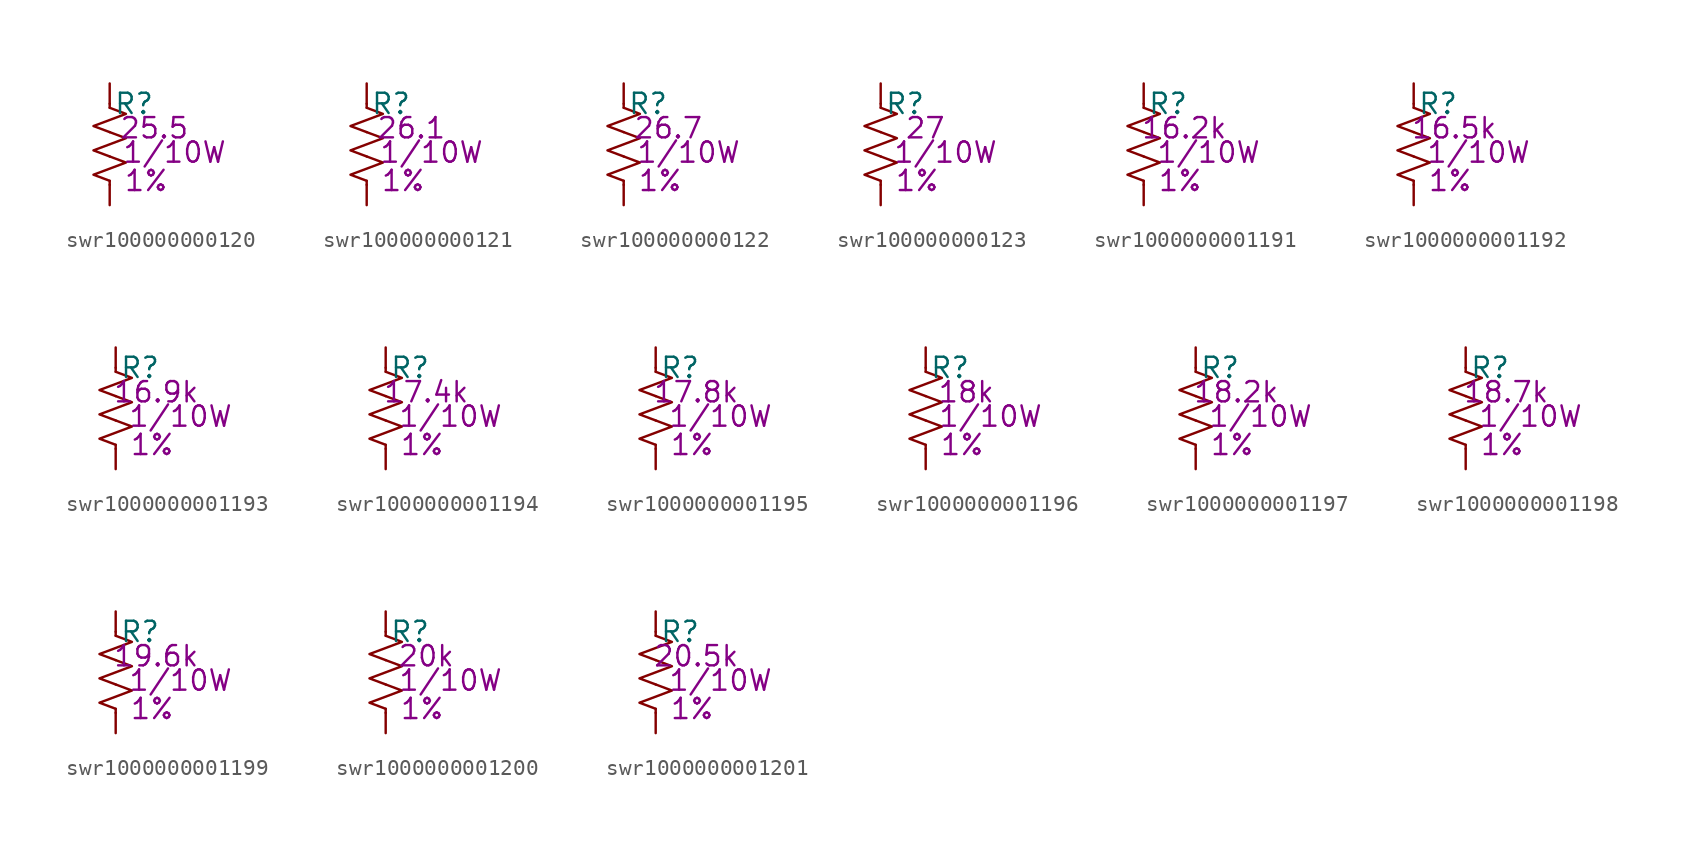
<source format=kicad_sym>
(kicad_symbol_lib
  (version 20211014)
  (generator kicad_symbol_editor)
  (symbol "swr100000000120"
    (pin_numbers hide)
    (pin_names
      (offset 1.016))
    (property "Reference" "R"
      (at 1.524 2.54 0)
      (effects (font (size 1.27 1.27))))
    (property "Tolerance" "1%"
      (at 2.286 -2.286 0)
      (effects (font (size 1.27 1.27))))
    (property "Wattage" "1/10W"
      (at 4.064 -0.508 0)
      (effects (font (size 1.27 1.27))))
    (property "PartValue" "25.5"
      (at 2.794 1.016 0)
      (effects (font (size 1.27 1.27))))
    (symbol "swr100000000120_1_1"
      (polyline (pts (xy 0 -2.286) (xy 0 -2.54)) (stroke (width 0) (type default) (color 0 0 0 0)) (fill (type none)))
      (polyline (pts (xy 0 2.286) (xy 0 2.54)) (stroke (width 0) (type default) (color 0 0 0 0)) (fill (type none)))
      (polyline (pts (xy 0 -0.762) (xy 1.016 -1.143) (xy 0 -1.524) (xy -1.016 -1.905) (xy 0 -2.286)) (stroke (width 0) (type default) (color 0 0 0 0)) (fill (type none)))
      (polyline (pts (xy 0 0.762) (xy 1.016 0.381) (xy 0 0) (xy -1.016 -0.381) (xy 0 -0.762)) (stroke (width 0) (type default) (color 0 0 0 0)) (fill (type none)))
      (polyline (pts (xy 0 2.286) (xy 1.016 1.905) (xy 0 1.524) (xy -1.016 1.143) (xy 0 0.762)) (stroke (width 0) (type default) (color 0 0 0 0)) (fill (type none)))
      (pin passive line (at 0 3.81 270) (length 1.27) (name "~" (effects (font (size 1.27 1.27)))) (number "1" (effects (font (size 1.27 1.27)))))
      (pin passive line (at 0 -3.81 90) (length 1.27) (name "~" (effects (font (size 1.27 1.27)))) (number "2" (effects (font (size 1.27 1.27)))))))
  (symbol "swr100000000121"
    (pin_numbers hide)
    (pin_names
      (offset 1.016))
    (property "Reference" "R"
      (at 1.524 2.54 0)
      (effects (font (size 1.27 1.27))))
    (property "Tolerance" "1%"
      (at 2.286 -2.286 0)
      (effects (font (size 1.27 1.27))))
    (property "Wattage" "1/10W"
      (at 4.064 -0.508 0)
      (effects (font (size 1.27 1.27))))
    (property "PartValue" "26.1"
      (at 2.794 1.016 0)
      (effects (font (size 1.27 1.27))))
    (symbol "swr100000000121_1_1"
      (polyline (pts (xy 0 -2.286) (xy 0 -2.54)) (stroke (width 0) (type default) (color 0 0 0 0)) (fill (type none)))
      (polyline (pts (xy 0 2.286) (xy 0 2.54)) (stroke (width 0) (type default) (color 0 0 0 0)) (fill (type none)))
      (polyline (pts (xy 0 -0.762) (xy 1.016 -1.143) (xy 0 -1.524) (xy -1.016 -1.905) (xy 0 -2.286)) (stroke (width 0) (type default) (color 0 0 0 0)) (fill (type none)))
      (polyline (pts (xy 0 0.762) (xy 1.016 0.381) (xy 0 0) (xy -1.016 -0.381) (xy 0 -0.762)) (stroke (width 0) (type default) (color 0 0 0 0)) (fill (type none)))
      (polyline (pts (xy 0 2.286) (xy 1.016 1.905) (xy 0 1.524) (xy -1.016 1.143) (xy 0 0.762)) (stroke (width 0) (type default) (color 0 0 0 0)) (fill (type none)))
      (pin passive line (at 0 3.81 270) (length 1.27) (name "~" (effects (font (size 1.27 1.27)))) (number "1" (effects (font (size 1.27 1.27)))))
      (pin passive line (at 0 -3.81 90) (length 1.27) (name "~" (effects (font (size 1.27 1.27)))) (number "2" (effects (font (size 1.27 1.27)))))))
  (symbol "swr100000000122"
    (pin_numbers hide)
    (pin_names
      (offset 1.016))
    (property "Reference" "R"
      (at 1.524 2.54 0)
      (effects (font (size 1.27 1.27))))
    (property "Tolerance" "1%"
      (at 2.286 -2.286 0)
      (effects (font (size 1.27 1.27))))
    (property "Wattage" "1/10W"
      (at 4.064 -0.508 0)
      (effects (font (size 1.27 1.27))))
    (property "PartValue" "26.7"
      (at 2.794 1.016 0)
      (effects (font (size 1.27 1.27))))
    (symbol "swr100000000122_1_1"
      (polyline (pts (xy 0 -2.286) (xy 0 -2.54)) (stroke (width 0) (type default) (color 0 0 0 0)) (fill (type none)))
      (polyline (pts (xy 0 2.286) (xy 0 2.54)) (stroke (width 0) (type default) (color 0 0 0 0)) (fill (type none)))
      (polyline (pts (xy 0 -0.762) (xy 1.016 -1.143) (xy 0 -1.524) (xy -1.016 -1.905) (xy 0 -2.286)) (stroke (width 0) (type default) (color 0 0 0 0)) (fill (type none)))
      (polyline (pts (xy 0 0.762) (xy 1.016 0.381) (xy 0 0) (xy -1.016 -0.381) (xy 0 -0.762)) (stroke (width 0) (type default) (color 0 0 0 0)) (fill (type none)))
      (polyline (pts (xy 0 2.286) (xy 1.016 1.905) (xy 0 1.524) (xy -1.016 1.143) (xy 0 0.762)) (stroke (width 0) (type default) (color 0 0 0 0)) (fill (type none)))
      (pin passive line (at 0 3.81 270) (length 1.27) (name "~" (effects (font (size 1.27 1.27)))) (number "1" (effects (font (size 1.27 1.27)))))
      (pin passive line (at 0 -3.81 90) (length 1.27) (name "~" (effects (font (size 1.27 1.27)))) (number "2" (effects (font (size 1.27 1.27)))))))
  (symbol "swr100000000123"
    (pin_numbers hide)
    (pin_names
      (offset 1.016))
    (property "Reference" "R"
      (at 1.524 2.54 0)
      (effects (font (size 1.27 1.27))))
    (property "Tolerance" "1%"
      (at 2.286 -2.286 0)
      (effects (font (size 1.27 1.27))))
    (property "Wattage" "1/10W"
      (at 4.064 -0.508 0)
      (effects (font (size 1.27 1.27))))
    (property "PartValue" "27"
      (at 2.794 1.016 0)
      (effects (font (size 1.27 1.27))))
    (symbol "swr100000000123_1_1"
      (polyline (pts (xy 0 -2.286) (xy 0 -2.54)) (stroke (width 0) (type default) (color 0 0 0 0)) (fill (type none)))
      (polyline (pts (xy 0 2.286) (xy 0 2.54)) (stroke (width 0) (type default) (color 0 0 0 0)) (fill (type none)))
      (polyline (pts (xy 0 -0.762) (xy 1.016 -1.143) (xy 0 -1.524) (xy -1.016 -1.905) (xy 0 -2.286)) (stroke (width 0) (type default) (color 0 0 0 0)) (fill (type none)))
      (polyline (pts (xy 0 0.762) (xy 1.016 0.381) (xy 0 0) (xy -1.016 -0.381) (xy 0 -0.762)) (stroke (width 0) (type default) (color 0 0 0 0)) (fill (type none)))
      (polyline (pts (xy 0 2.286) (xy 1.016 1.905) (xy 0 1.524) (xy -1.016 1.143) (xy 0 0.762)) (stroke (width 0) (type default) (color 0 0 0 0)) (fill (type none)))
      (pin passive line (at 0 3.81 270) (length 1.27) (name "~" (effects (font (size 1.27 1.27)))) (number "1" (effects (font (size 1.27 1.27)))))
      (pin passive line (at 0 -3.81 90) (length 1.27) (name "~" (effects (font (size 1.27 1.27)))) (number "2" (effects (font (size 1.27 1.27)))))))
  (symbol "swr1000000001191"
    (pin_numbers hide)
    (pin_names
      (offset 1.016))
    (property "Reference" "R"
      (at 1.524 2.54 0)
      (effects (font (size 1.27 1.27))))
    (property "PartValue" "16.2k"
      (at 2.54 1.016 0)
      (effects (font (size 1.27 1.27))))
    (property "Tolerance" "1%"
      (at 2.286 -2.286 0)
      (effects (font (size 1.27 1.27))))
    (property "Wattage" "1/10W"
      (at 4.064 -0.508 0)
      (effects (font (size 1.27 1.27))))
    (symbol "swr1000000001191_1_1"
      (polyline (pts (xy 0 -2.286) (xy 0 -2.54)) (stroke (width 0) (type default) (color 0 0 0 0)) (fill (type none)))
      (polyline (pts (xy 0 2.286) (xy 0 2.54)) (stroke (width 0) (type default) (color 0 0 0 0)) (fill (type none)))
      (polyline (pts (xy 0 -0.762) (xy 1.016 -1.143) (xy 0 -1.524) (xy -1.016 -1.905) (xy 0 -2.286)) (stroke (width 0) (type default) (color 0 0 0 0)) (fill (type none)))
      (polyline (pts (xy 0 0.762) (xy 1.016 0.381) (xy 0 0) (xy -1.016 -0.381) (xy 0 -0.762)) (stroke (width 0) (type default) (color 0 0 0 0)) (fill (type none)))
      (polyline (pts (xy 0 2.286) (xy 1.016 1.905) (xy 0 1.524) (xy -1.016 1.143) (xy 0 0.762)) (stroke (width 0) (type default) (color 0 0 0 0)) (fill (type none)))
      (pin passive line (at 0 3.81 270) (length 1.27) (name "~" (effects (font (size 1.27 1.27)))) (number "1" (effects (font (size 1.27 1.27)))))
      (pin passive line (at 0 -3.81 90) (length 1.27) (name "~" (effects (font (size 1.27 1.27)))) (number "2" (effects (font (size 1.27 1.27)))))))
  (symbol "swr1000000001192"
    (pin_numbers hide)
    (pin_names
      (offset 1.016))
    (property "Reference" "R"
      (at 1.524 2.54 0)
      (effects (font (size 1.27 1.27))))
    (property "PartValue" "16.5k"
      (at 2.54 1.016 0)
      (effects (font (size 1.27 1.27))))
    (property "Tolerance" "1%"
      (at 2.286 -2.286 0)
      (effects (font (size 1.27 1.27))))
    (property "Wattage" "1/10W"
      (at 4.064 -0.508 0)
      (effects (font (size 1.27 1.27))))
    (symbol "swr1000000001192_1_1"
      (polyline (pts (xy 0 -2.286) (xy 0 -2.54)) (stroke (width 0) (type default) (color 0 0 0 0)) (fill (type none)))
      (polyline (pts (xy 0 2.286) (xy 0 2.54)) (stroke (width 0) (type default) (color 0 0 0 0)) (fill (type none)))
      (polyline (pts (xy 0 -0.762) (xy 1.016 -1.143) (xy 0 -1.524) (xy -1.016 -1.905) (xy 0 -2.286)) (stroke (width 0) (type default) (color 0 0 0 0)) (fill (type none)))
      (polyline (pts (xy 0 0.762) (xy 1.016 0.381) (xy 0 0) (xy -1.016 -0.381) (xy 0 -0.762)) (stroke (width 0) (type default) (color 0 0 0 0)) (fill (type none)))
      (polyline (pts (xy 0 2.286) (xy 1.016 1.905) (xy 0 1.524) (xy -1.016 1.143) (xy 0 0.762)) (stroke (width 0) (type default) (color 0 0 0 0)) (fill (type none)))
      (pin passive line (at 0 3.81 270) (length 1.27) (name "~" (effects (font (size 1.27 1.27)))) (number "1" (effects (font (size 1.27 1.27)))))
      (pin passive line (at 0 -3.81 90) (length 1.27) (name "~" (effects (font (size 1.27 1.27)))) (number "2" (effects (font (size 1.27 1.27)))))))
  (symbol "swr1000000001193"
    (pin_numbers hide)
    (pin_names
      (offset 1.016))
    (property "Reference" "R"
      (at 1.524 2.54 0)
      (effects (font (size 1.27 1.27))))
    (property "PartValue" "16.9k"
      (at 2.54 1.016 0)
      (effects (font (size 1.27 1.27))))
    (property "Tolerance" "1%"
      (at 2.286 -2.286 0)
      (effects (font (size 1.27 1.27))))
    (property "Wattage" "1/10W"
      (at 4.064 -0.508 0)
      (effects (font (size 1.27 1.27))))
    (symbol "swr1000000001193_1_1"
      (polyline (pts (xy 0 -2.286) (xy 0 -2.54)) (stroke (width 0) (type default) (color 0 0 0 0)) (fill (type none)))
      (polyline (pts (xy 0 2.286) (xy 0 2.54)) (stroke (width 0) (type default) (color 0 0 0 0)) (fill (type none)))
      (polyline (pts (xy 0 -0.762) (xy 1.016 -1.143) (xy 0 -1.524) (xy -1.016 -1.905) (xy 0 -2.286)) (stroke (width 0) (type default) (color 0 0 0 0)) (fill (type none)))
      (polyline (pts (xy 0 0.762) (xy 1.016 0.381) (xy 0 0) (xy -1.016 -0.381) (xy 0 -0.762)) (stroke (width 0) (type default) (color 0 0 0 0)) (fill (type none)))
      (polyline (pts (xy 0 2.286) (xy 1.016 1.905) (xy 0 1.524) (xy -1.016 1.143) (xy 0 0.762)) (stroke (width 0) (type default) (color 0 0 0 0)) (fill (type none)))
      (pin passive line (at 0 3.81 270) (length 1.27) (name "~" (effects (font (size 1.27 1.27)))) (number "1" (effects (font (size 1.27 1.27)))))
      (pin passive line (at 0 -3.81 90) (length 1.27) (name "~" (effects (font (size 1.27 1.27)))) (number "2" (effects (font (size 1.27 1.27)))))))
  (symbol "swr1000000001194"
    (pin_numbers hide)
    (pin_names
      (offset 1.016))
    (property "Reference" "R"
      (at 1.524 2.54 0)
      (effects (font (size 1.27 1.27))))
    (property "PartValue" "17.4k"
      (at 2.54 1.016 0)
      (effects (font (size 1.27 1.27))))
    (property "Tolerance" "1%"
      (at 2.286 -2.286 0)
      (effects (font (size 1.27 1.27))))
    (property "Wattage" "1/10W"
      (at 4.064 -0.508 0)
      (effects (font (size 1.27 1.27))))
    (symbol "swr1000000001194_1_1"
      (polyline (pts (xy 0 -2.286) (xy 0 -2.54)) (stroke (width 0) (type default) (color 0 0 0 0)) (fill (type none)))
      (polyline (pts (xy 0 2.286) (xy 0 2.54)) (stroke (width 0) (type default) (color 0 0 0 0)) (fill (type none)))
      (polyline (pts (xy 0 -0.762) (xy 1.016 -1.143) (xy 0 -1.524) (xy -1.016 -1.905) (xy 0 -2.286)) (stroke (width 0) (type default) (color 0 0 0 0)) (fill (type none)))
      (polyline (pts (xy 0 0.762) (xy 1.016 0.381) (xy 0 0) (xy -1.016 -0.381) (xy 0 -0.762)) (stroke (width 0) (type default) (color 0 0 0 0)) (fill (type none)))
      (polyline (pts (xy 0 2.286) (xy 1.016 1.905) (xy 0 1.524) (xy -1.016 1.143) (xy 0 0.762)) (stroke (width 0) (type default) (color 0 0 0 0)) (fill (type none)))
      (pin passive line (at 0 3.81 270) (length 1.27) (name "~" (effects (font (size 1.27 1.27)))) (number "1" (effects (font (size 1.27 1.27)))))
      (pin passive line (at 0 -3.81 90) (length 1.27) (name "~" (effects (font (size 1.27 1.27)))) (number "2" (effects (font (size 1.27 1.27)))))))
  (symbol "swr1000000001195"
    (pin_numbers hide)
    (pin_names
      (offset 1.016))
    (property "Reference" "R"
      (at 1.524 2.54 0)
      (effects (font (size 1.27 1.27))))
    (property "PartValue" "17.8k"
      (at 2.54 1.016 0)
      (effects (font (size 1.27 1.27))))
    (property "Tolerance" "1%"
      (at 2.286 -2.286 0)
      (effects (font (size 1.27 1.27))))
    (property "Wattage" "1/10W"
      (at 4.064 -0.508 0)
      (effects (font (size 1.27 1.27))))
    (symbol "swr1000000001195_1_1"
      (polyline (pts (xy 0 -2.286) (xy 0 -2.54)) (stroke (width 0) (type default) (color 0 0 0 0)) (fill (type none)))
      (polyline (pts (xy 0 2.286) (xy 0 2.54)) (stroke (width 0) (type default) (color 0 0 0 0)) (fill (type none)))
      (polyline (pts (xy 0 -0.762) (xy 1.016 -1.143) (xy 0 -1.524) (xy -1.016 -1.905) (xy 0 -2.286)) (stroke (width 0) (type default) (color 0 0 0 0)) (fill (type none)))
      (polyline (pts (xy 0 0.762) (xy 1.016 0.381) (xy 0 0) (xy -1.016 -0.381) (xy 0 -0.762)) (stroke (width 0) (type default) (color 0 0 0 0)) (fill (type none)))
      (polyline (pts (xy 0 2.286) (xy 1.016 1.905) (xy 0 1.524) (xy -1.016 1.143) (xy 0 0.762)) (stroke (width 0) (type default) (color 0 0 0 0)) (fill (type none)))
      (pin passive line (at 0 3.81 270) (length 1.27) (name "~" (effects (font (size 1.27 1.27)))) (number "1" (effects (font (size 1.27 1.27)))))
      (pin passive line (at 0 -3.81 90) (length 1.27) (name "~" (effects (font (size 1.27 1.27)))) (number "2" (effects (font (size 1.27 1.27)))))))
  (symbol "swr1000000001196"
    (pin_numbers hide)
    (pin_names
      (offset 1.016))
    (property "Reference" "R"
      (at 1.524 2.54 0)
      (effects (font (size 1.27 1.27))))
    (property "PartValue" "18k"
      (at 2.54 1.016 0)
      (effects (font (size 1.27 1.27))))
    (property "Tolerance" "1%"
      (at 2.286 -2.286 0)
      (effects (font (size 1.27 1.27))))
    (property "Wattage" "1/10W"
      (at 4.064 -0.508 0)
      (effects (font (size 1.27 1.27))))
    (symbol "swr1000000001196_1_1"
      (polyline (pts (xy 0 -2.286) (xy 0 -2.54)) (stroke (width 0) (type default) (color 0 0 0 0)) (fill (type none)))
      (polyline (pts (xy 0 2.286) (xy 0 2.54)) (stroke (width 0) (type default) (color 0 0 0 0)) (fill (type none)))
      (polyline (pts (xy 0 -0.762) (xy 1.016 -1.143) (xy 0 -1.524) (xy -1.016 -1.905) (xy 0 -2.286)) (stroke (width 0) (type default) (color 0 0 0 0)) (fill (type none)))
      (polyline (pts (xy 0 0.762) (xy 1.016 0.381) (xy 0 0) (xy -1.016 -0.381) (xy 0 -0.762)) (stroke (width 0) (type default) (color 0 0 0 0)) (fill (type none)))
      (polyline (pts (xy 0 2.286) (xy 1.016 1.905) (xy 0 1.524) (xy -1.016 1.143) (xy 0 0.762)) (stroke (width 0) (type default) (color 0 0 0 0)) (fill (type none)))
      (pin passive line (at 0 3.81 270) (length 1.27) (name "~" (effects (font (size 1.27 1.27)))) (number "1" (effects (font (size 1.27 1.27)))))
      (pin passive line (at 0 -3.81 90) (length 1.27) (name "~" (effects (font (size 1.27 1.27)))) (number "2" (effects (font (size 1.27 1.27)))))))
  (symbol "swr1000000001197"
    (pin_numbers hide)
    (pin_names
      (offset 1.016))
    (property "Reference" "R"
      (at 1.524 2.54 0)
      (effects (font (size 1.27 1.27))))
    (property "PartValue" "18.2k"
      (at 2.54 1.016 0)
      (effects (font (size 1.27 1.27))))
    (property "Tolerance" "1%"
      (at 2.286 -2.286 0)
      (effects (font (size 1.27 1.27))))
    (property "Wattage" "1/10W"
      (at 4.064 -0.508 0)
      (effects (font (size 1.27 1.27))))
    (symbol "swr1000000001197_1_1"
      (polyline (pts (xy 0 -2.286) (xy 0 -2.54)) (stroke (width 0) (type default) (color 0 0 0 0)) (fill (type none)))
      (polyline (pts (xy 0 2.286) (xy 0 2.54)) (stroke (width 0) (type default) (color 0 0 0 0)) (fill (type none)))
      (polyline (pts (xy 0 -0.762) (xy 1.016 -1.143) (xy 0 -1.524) (xy -1.016 -1.905) (xy 0 -2.286)) (stroke (width 0) (type default) (color 0 0 0 0)) (fill (type none)))
      (polyline (pts (xy 0 0.762) (xy 1.016 0.381) (xy 0 0) (xy -1.016 -0.381) (xy 0 -0.762)) (stroke (width 0) (type default) (color 0 0 0 0)) (fill (type none)))
      (polyline (pts (xy 0 2.286) (xy 1.016 1.905) (xy 0 1.524) (xy -1.016 1.143) (xy 0 0.762)) (stroke (width 0) (type default) (color 0 0 0 0)) (fill (type none)))
      (pin passive line (at 0 3.81 270) (length 1.27) (name "~" (effects (font (size 1.27 1.27)))) (number "1" (effects (font (size 1.27 1.27)))))
      (pin passive line (at 0 -3.81 90) (length 1.27) (name "~" (effects (font (size 1.27 1.27)))) (number "2" (effects (font (size 1.27 1.27)))))))
  (symbol "swr1000000001198"
    (pin_numbers hide)
    (pin_names
      (offset 1.016))
    (property "Reference" "R"
      (at 1.524 2.54 0)
      (effects (font (size 1.27 1.27))))
    (property "PartValue" "18.7k"
      (at 2.54 1.016 0)
      (effects (font (size 1.27 1.27))))
    (property "Tolerance" "1%"
      (at 2.286 -2.286 0)
      (effects (font (size 1.27 1.27))))
    (property "Wattage" "1/10W"
      (at 4.064 -0.508 0)
      (effects (font (size 1.27 1.27))))
    (symbol "swr1000000001198_1_1"
      (polyline (pts (xy 0 -2.286) (xy 0 -2.54)) (stroke (width 0) (type default) (color 0 0 0 0)) (fill (type none)))
      (polyline (pts (xy 0 2.286) (xy 0 2.54)) (stroke (width 0) (type default) (color 0 0 0 0)) (fill (type none)))
      (polyline (pts (xy 0 -0.762) (xy 1.016 -1.143) (xy 0 -1.524) (xy -1.016 -1.905) (xy 0 -2.286)) (stroke (width 0) (type default) (color 0 0 0 0)) (fill (type none)))
      (polyline (pts (xy 0 0.762) (xy 1.016 0.381) (xy 0 0) (xy -1.016 -0.381) (xy 0 -0.762)) (stroke (width 0) (type default) (color 0 0 0 0)) (fill (type none)))
      (polyline (pts (xy 0 2.286) (xy 1.016 1.905) (xy 0 1.524) (xy -1.016 1.143) (xy 0 0.762)) (stroke (width 0) (type default) (color 0 0 0 0)) (fill (type none)))
      (pin passive line (at 0 3.81 270) (length 1.27) (name "~" (effects (font (size 1.27 1.27)))) (number "1" (effects (font (size 1.27 1.27)))))
      (pin passive line (at 0 -3.81 90) (length 1.27) (name "~" (effects (font (size 1.27 1.27)))) (number "2" (effects (font (size 1.27 1.27)))))))
  (symbol "swr1000000001199"
    (pin_numbers hide)
    (pin_names
      (offset 1.016))
    (property "Reference" "R"
      (at 1.524 2.54 0)
      (effects (font (size 1.27 1.27))))
    (property "PartValue" "19.6k"
      (at 2.54 1.016 0)
      (effects (font (size 1.27 1.27))))
    (property "Tolerance" "1%"
      (at 2.286 -2.286 0)
      (effects (font (size 1.27 1.27))))
    (property "Wattage" "1/10W"
      (at 4.064 -0.508 0)
      (effects (font (size 1.27 1.27))))
    (symbol "swr1000000001199_1_1"
      (polyline (pts (xy 0 -2.286) (xy 0 -2.54)) (stroke (width 0) (type default) (color 0 0 0 0)) (fill (type none)))
      (polyline (pts (xy 0 2.286) (xy 0 2.54)) (stroke (width 0) (type default) (color 0 0 0 0)) (fill (type none)))
      (polyline (pts (xy 0 -0.762) (xy 1.016 -1.143) (xy 0 -1.524) (xy -1.016 -1.905) (xy 0 -2.286)) (stroke (width 0) (type default) (color 0 0 0 0)) (fill (type none)))
      (polyline (pts (xy 0 0.762) (xy 1.016 0.381) (xy 0 0) (xy -1.016 -0.381) (xy 0 -0.762)) (stroke (width 0) (type default) (color 0 0 0 0)) (fill (type none)))
      (polyline (pts (xy 0 2.286) (xy 1.016 1.905) (xy 0 1.524) (xy -1.016 1.143) (xy 0 0.762)) (stroke (width 0) (type default) (color 0 0 0 0)) (fill (type none)))
      (pin passive line (at 0 3.81 270) (length 1.27) (name "~" (effects (font (size 1.27 1.27)))) (number "1" (effects (font (size 1.27 1.27)))))
      (pin passive line (at 0 -3.81 90) (length 1.27) (name "~" (effects (font (size 1.27 1.27)))) (number "2" (effects (font (size 1.27 1.27)))))))
  (symbol "swr1000000001200"
    (pin_numbers hide)
    (pin_names
      (offset 1.016))
    (property "Reference" "R"
      (at 1.524 2.54 0)
      (effects (font (size 1.27 1.27))))
    (property "PartValue" "20k"
      (at 2.54 1.016 0)
      (effects (font (size 1.27 1.27))))
    (property "Tolerance" "1%"
      (at 2.286 -2.286 0)
      (effects (font (size 1.27 1.27))))
    (property "Wattage" "1/10W"
      (at 4.064 -0.508 0)
      (effects (font (size 1.27 1.27))))
    (symbol "swr1000000001200_1_1"
      (polyline (pts (xy 0 -2.286) (xy 0 -2.54)) (stroke (width 0) (type default) (color 0 0 0 0)) (fill (type none)))
      (polyline (pts (xy 0 2.286) (xy 0 2.54)) (stroke (width 0) (type default) (color 0 0 0 0)) (fill (type none)))
      (polyline (pts (xy 0 -0.762) (xy 1.016 -1.143) (xy 0 -1.524) (xy -1.016 -1.905) (xy 0 -2.286)) (stroke (width 0) (type default) (color 0 0 0 0)) (fill (type none)))
      (polyline (pts (xy 0 0.762) (xy 1.016 0.381) (xy 0 0) (xy -1.016 -0.381) (xy 0 -0.762)) (stroke (width 0) (type default) (color 0 0 0 0)) (fill (type none)))
      (polyline (pts (xy 0 2.286) (xy 1.016 1.905) (xy 0 1.524) (xy -1.016 1.143) (xy 0 0.762)) (stroke (width 0) (type default) (color 0 0 0 0)) (fill (type none)))
      (pin passive line (at 0 3.81 270) (length 1.27) (name "~" (effects (font (size 1.27 1.27)))) (number "1" (effects (font (size 1.27 1.27)))))
      (pin passive line (at 0 -3.81 90) (length 1.27) (name "~" (effects (font (size 1.27 1.27)))) (number "2" (effects (font (size 1.27 1.27)))))))
  (symbol "swr1000000001201"
    (pin_numbers hide)
    (pin_names
      (offset 1.016))
    (property "Reference" "R"
      (at 1.524 2.54 0)
      (effects (font (size 1.27 1.27))))
    (property "PartValue" "20.5k"
      (at 2.54 1.016 0)
      (effects (font (size 1.27 1.27))))
    (property "Tolerance" "1%"
      (at 2.286 -2.286 0)
      (effects (font (size 1.27 1.27))))
    (property "Wattage" "1/10W"
      (at 4.064 -0.508 0)
      (effects (font (size 1.27 1.27))))
    (symbol "swr1000000001201_1_1"
      (polyline (pts (xy 0 -2.286) (xy 0 -2.54)) (stroke (width 0) (type default) (color 0 0 0 0)) (fill (type none)))
      (polyline (pts (xy 0 2.286) (xy 0 2.54)) (stroke (width 0) (type default) (color 0 0 0 0)) (fill (type none)))
      (polyline (pts (xy 0 -0.762) (xy 1.016 -1.143) (xy 0 -1.524) (xy -1.016 -1.905) (xy 0 -2.286)) (stroke (width 0) (type default) (color 0 0 0 0)) (fill (type none)))
      (polyline (pts (xy 0 0.762) (xy 1.016 0.381) (xy 0 0) (xy -1.016 -0.381) (xy 0 -0.762)) (stroke (width 0) (type default) (color 0 0 0 0)) (fill (type none)))
      (polyline (pts (xy 0 2.286) (xy 1.016 1.905) (xy 0 1.524) (xy -1.016 1.143) (xy 0 0.762)) (stroke (width 0) (type default) (color 0 0 0 0)) (fill (type none)))
      (pin passive line (at 0 3.81 270) (length 1.27) (name "~" (effects (font (size 1.27 1.27)))) (number "1" (effects (font (size 1.27 1.27)))))
      (pin passive line (at 0 -3.81 90) (length 1.27) (name "~" (effects (font (size 1.27 1.27)))) (number "2" (effects (font (size 1.27 1.27))))))))
</source>
